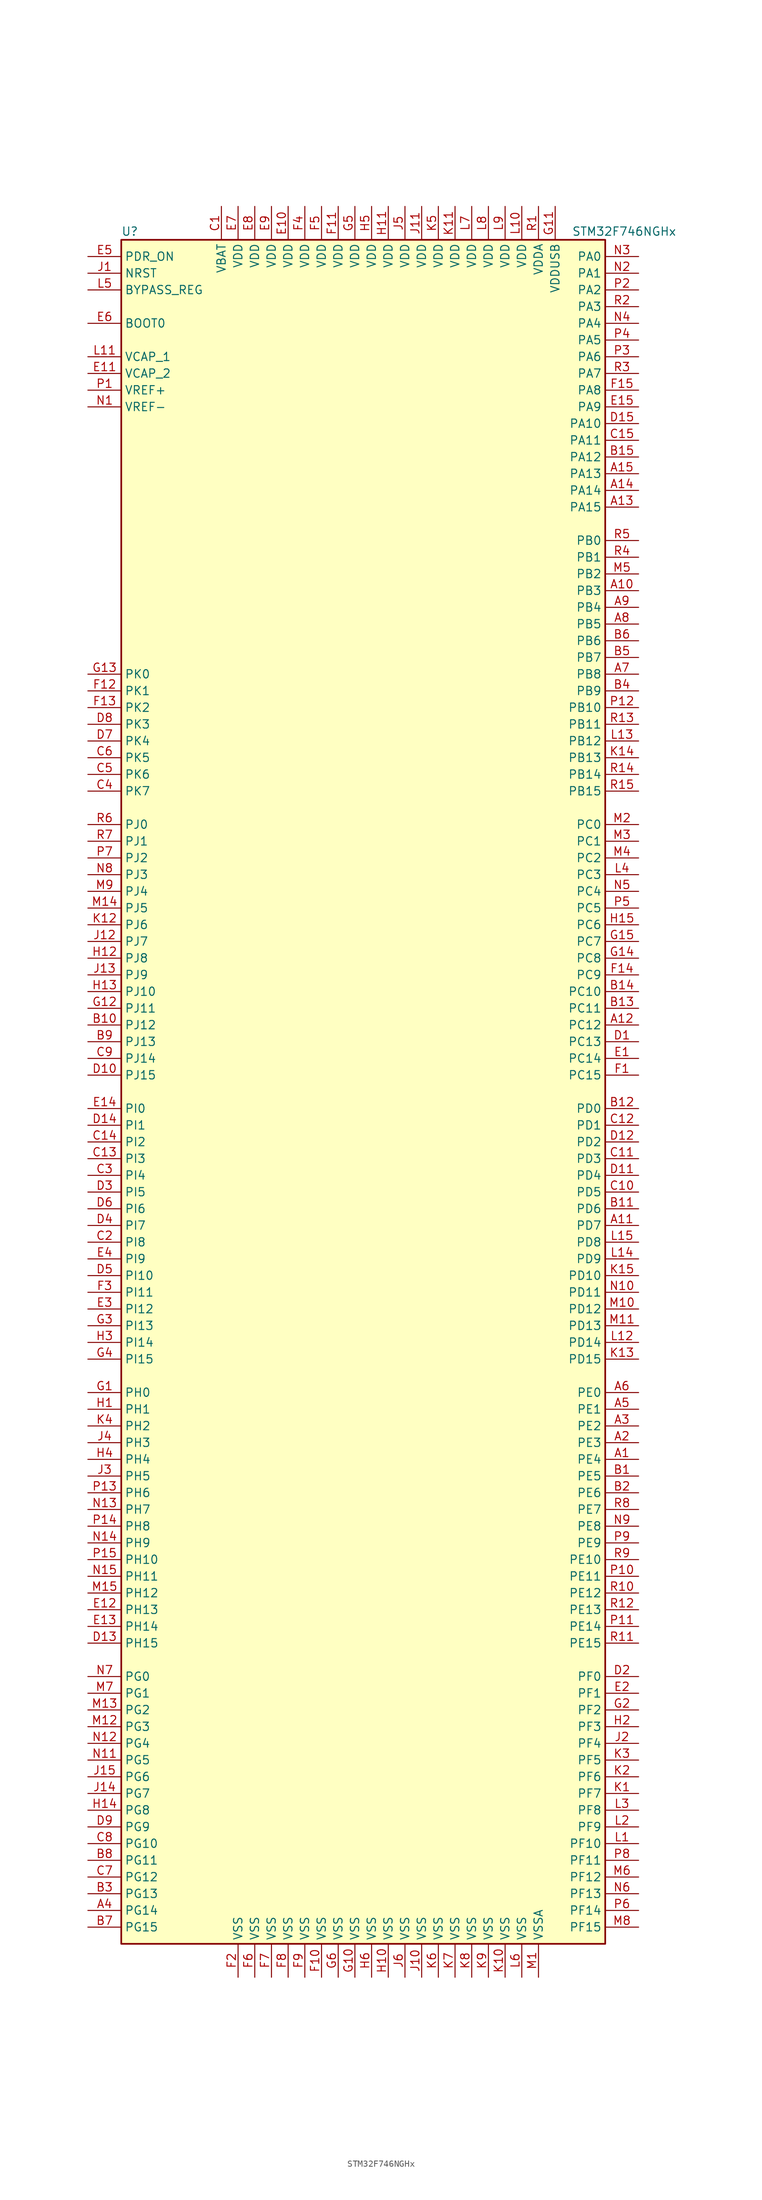
<source format=kicad_sym>
(kicad_symbol_lib
  (version 20201005)
  (generator kicad_symbol_editor)
  (symbol "STM32F746NGHx"
    (property "Reference" "U"
      (at -38.1 130.81 0)
      (effects (font (size 1.27 1.27)) (justify left)))
    (property "Value" "STM32F746NGHx"
      (at 30.48 130.81 0)
      (effects (font (size 1.27 1.27)) (justify left)))
    (symbol "STM32F746NGHx_0_1"
      (rectangle (start -38.1 -129.54) (end 35.56 129.54) (stroke (width 0.254)) (fill (type background))))
    (symbol "STM32F746NGHx_1_1"
      (pin input line (at -43.18 116.84 0) (length 5.08) (name "BOOT0" (effects (font (size 1.27 1.27)))) (number "E6" (effects (font (size 1.27 1.27)))))
      (pin input line (at -43.18 121.92 0) (length 5.08) (name "BYPASS_REG" (effects (font (size 1.27 1.27)))) (number "L5" (effects (font (size 1.27 1.27)))))
      (pin input line (at -43.18 124.46 0) (length 5.08) (name "NRST" (effects (font (size 1.27 1.27)))) (number "J1" (effects (font (size 1.27 1.27)))))
      (pin bidirectional line (at 40.64 127 180) (length 5.08) (name "PA0" (effects (font (size 1.27 1.27)))) (number "N3" (effects (font (size 1.27 1.27)))))
      (pin bidirectional line (at 40.64 124.46 180) (length 5.08) (name "PA1" (effects (font (size 1.27 1.27)))) (number "N2" (effects (font (size 1.27 1.27)))))
      (pin bidirectional line (at 40.64 101.6 180) (length 5.08) (name "PA10" (effects (font (size 1.27 1.27)))) (number "D15" (effects (font (size 1.27 1.27)))))
      (pin bidirectional line (at 40.64 99.06 180) (length 5.08) (name "PA11" (effects (font (size 1.27 1.27)))) (number "C15" (effects (font (size 1.27 1.27)))))
      (pin bidirectional line (at 40.64 96.52 180) (length 5.08) (name "PA12" (effects (font (size 1.27 1.27)))) (number "B15" (effects (font (size 1.27 1.27)))))
      (pin bidirectional line (at 40.64 93.98 180) (length 5.08) (name "PA13" (effects (font (size 1.27 1.27)))) (number "A15" (effects (font (size 1.27 1.27)))))
      (pin bidirectional line (at 40.64 91.44 180) (length 5.08) (name "PA14" (effects (font (size 1.27 1.27)))) (number "A14" (effects (font (size 1.27 1.27)))))
      (pin bidirectional line (at 40.64 88.9 180) (length 5.08) (name "PA15" (effects (font (size 1.27 1.27)))) (number "A13" (effects (font (size 1.27 1.27)))))
      (pin bidirectional line (at 40.64 121.92 180) (length 5.08) (name "PA2" (effects (font (size 1.27 1.27)))) (number "P2" (effects (font (size 1.27 1.27)))))
      (pin bidirectional line (at 40.64 119.38 180) (length 5.08) (name "PA3" (effects (font (size 1.27 1.27)))) (number "R2" (effects (font (size 1.27 1.27)))))
      (pin bidirectional line (at 40.64 116.84 180) (length 5.08) (name "PA4" (effects (font (size 1.27 1.27)))) (number "N4" (effects (font (size 1.27 1.27)))))
      (pin bidirectional line (at 40.64 114.3 180) (length 5.08) (name "PA5" (effects (font (size 1.27 1.27)))) (number "P4" (effects (font (size 1.27 1.27)))))
      (pin bidirectional line (at 40.64 111.76 180) (length 5.08) (name "PA6" (effects (font (size 1.27 1.27)))) (number "P3" (effects (font (size 1.27 1.27)))))
      (pin bidirectional line (at 40.64 109.22 180) (length 5.08) (name "PA7" (effects (font (size 1.27 1.27)))) (number "R3" (effects (font (size 1.27 1.27)))))
      (pin bidirectional line (at 40.64 106.68 180) (length 5.08) (name "PA8" (effects (font (size 1.27 1.27)))) (number "F15" (effects (font (size 1.27 1.27)))))
      (pin bidirectional line (at 40.64 104.14 180) (length 5.08) (name "PA9" (effects (font (size 1.27 1.27)))) (number "E15" (effects (font (size 1.27 1.27)))))
      (pin bidirectional line (at 40.64 83.82 180) (length 5.08) (name "PB0" (effects (font (size 1.27 1.27)))) (number "R5" (effects (font (size 1.27 1.27)))))
      (pin bidirectional line (at 40.64 81.28 180) (length 5.08) (name "PB1" (effects (font (size 1.27 1.27)))) (number "R4" (effects (font (size 1.27 1.27)))))
      (pin bidirectional line (at 40.64 58.42 180) (length 5.08) (name "PB10" (effects (font (size 1.27 1.27)))) (number "P12" (effects (font (size 1.27 1.27)))))
      (pin bidirectional line (at 40.64 55.88 180) (length 5.08) (name "PB11" (effects (font (size 1.27 1.27)))) (number "R13" (effects (font (size 1.27 1.27)))))
      (pin bidirectional line (at 40.64 53.34 180) (length 5.08) (name "PB12" (effects (font (size 1.27 1.27)))) (number "L13" (effects (font (size 1.27 1.27)))))
      (pin bidirectional line (at 40.64 50.8 180) (length 5.08) (name "PB13" (effects (font (size 1.27 1.27)))) (number "K14" (effects (font (size 1.27 1.27)))))
      (pin bidirectional line (at 40.64 48.26 180) (length 5.08) (name "PB14" (effects (font (size 1.27 1.27)))) (number "R14" (effects (font (size 1.27 1.27)))))
      (pin bidirectional line (at 40.64 45.72 180) (length 5.08) (name "PB15" (effects (font (size 1.27 1.27)))) (number "R15" (effects (font (size 1.27 1.27)))))
      (pin bidirectional line (at 40.64 78.74 180) (length 5.08) (name "PB2" (effects (font (size 1.27 1.27)))) (number "M5" (effects (font (size 1.27 1.27)))))
      (pin bidirectional line (at 40.64 76.2 180) (length 5.08) (name "PB3" (effects (font (size 1.27 1.27)))) (number "A10" (effects (font (size 1.27 1.27)))))
      (pin bidirectional line (at 40.64 73.66 180) (length 5.08) (name "PB4" (effects (font (size 1.27 1.27)))) (number "A9" (effects (font (size 1.27 1.27)))))
      (pin bidirectional line (at 40.64 71.12 180) (length 5.08) (name "PB5" (effects (font (size 1.27 1.27)))) (number "A8" (effects (font (size 1.27 1.27)))))
      (pin bidirectional line (at 40.64 68.58 180) (length 5.08) (name "PB6" (effects (font (size 1.27 1.27)))) (number "B6" (effects (font (size 1.27 1.27)))))
      (pin bidirectional line (at 40.64 66.04 180) (length 5.08) (name "PB7" (effects (font (size 1.27 1.27)))) (number "B5" (effects (font (size 1.27 1.27)))))
      (pin bidirectional line (at 40.64 63.5 180) (length 5.08) (name "PB8" (effects (font (size 1.27 1.27)))) (number "A7" (effects (font (size 1.27 1.27)))))
      (pin bidirectional line (at 40.64 60.96 180) (length 5.08) (name "PB9" (effects (font (size 1.27 1.27)))) (number "B4" (effects (font (size 1.27 1.27)))))
      (pin bidirectional line (at 40.64 40.64 180) (length 5.08) (name "PC0" (effects (font (size 1.27 1.27)))) (number "M2" (effects (font (size 1.27 1.27)))))
      (pin bidirectional line (at 40.64 38.1 180) (length 5.08) (name "PC1" (effects (font (size 1.27 1.27)))) (number "M3" (effects (font (size 1.27 1.27)))))
      (pin bidirectional line (at 40.64 15.24 180) (length 5.08) (name "PC10" (effects (font (size 1.27 1.27)))) (number "B14" (effects (font (size 1.27 1.27)))))
      (pin bidirectional line (at 40.64 12.7 180) (length 5.08) (name "PC11" (effects (font (size 1.27 1.27)))) (number "B13" (effects (font (size 1.27 1.27)))))
      (pin bidirectional line (at 40.64 10.16 180) (length 5.08) (name "PC12" (effects (font (size 1.27 1.27)))) (number "A12" (effects (font (size 1.27 1.27)))))
      (pin bidirectional line (at 40.64 7.62 180) (length 5.08) (name "PC13" (effects (font (size 1.27 1.27)))) (number "D1" (effects (font (size 1.27 1.27)))))
      (pin bidirectional line (at 40.64 5.08 180) (length 5.08) (name "PC14" (effects (font (size 1.27 1.27)))) (number "E1" (effects (font (size 1.27 1.27)))))
      (pin bidirectional line (at 40.64 2.54 180) (length 5.08) (name "PC15" (effects (font (size 1.27 1.27)))) (number "F1" (effects (font (size 1.27 1.27)))))
      (pin bidirectional line (at 40.64 35.56 180) (length 5.08) (name "PC2" (effects (font (size 1.27 1.27)))) (number "M4" (effects (font (size 1.27 1.27)))))
      (pin bidirectional line (at 40.64 33.02 180) (length 5.08) (name "PC3" (effects (font (size 1.27 1.27)))) (number "L4" (effects (font (size 1.27 1.27)))))
      (pin bidirectional line (at 40.64 30.48 180) (length 5.08) (name "PC4" (effects (font (size 1.27 1.27)))) (number "N5" (effects (font (size 1.27 1.27)))))
      (pin bidirectional line (at 40.64 27.94 180) (length 5.08) (name "PC5" (effects (font (size 1.27 1.27)))) (number "P5" (effects (font (size 1.27 1.27)))))
      (pin bidirectional line (at 40.64 25.4 180) (length 5.08) (name "PC6" (effects (font (size 1.27 1.27)))) (number "H15" (effects (font (size 1.27 1.27)))))
      (pin bidirectional line (at 40.64 22.86 180) (length 5.08) (name "PC7" (effects (font (size 1.27 1.27)))) (number "G15" (effects (font (size 1.27 1.27)))))
      (pin bidirectional line (at 40.64 20.32 180) (length 5.08) (name "PC8" (effects (font (size 1.27 1.27)))) (number "G14" (effects (font (size 1.27 1.27)))))
      (pin bidirectional line (at 40.64 17.78 180) (length 5.08) (name "PC9" (effects (font (size 1.27 1.27)))) (number "F14" (effects (font (size 1.27 1.27)))))
      (pin bidirectional line (at 40.64 -2.54 180) (length 5.08) (name "PD0" (effects (font (size 1.27 1.27)))) (number "B12" (effects (font (size 1.27 1.27)))))
      (pin bidirectional line (at 40.64 -5.08 180) (length 5.08) (name "PD1" (effects (font (size 1.27 1.27)))) (number "C12" (effects (font (size 1.27 1.27)))))
      (pin bidirectional line (at 40.64 -27.94 180) (length 5.08) (name "PD10" (effects (font (size 1.27 1.27)))) (number "K15" (effects (font (size 1.27 1.27)))))
      (pin bidirectional line (at 40.64 -30.48 180) (length 5.08) (name "PD11" (effects (font (size 1.27 1.27)))) (number "N10" (effects (font (size 1.27 1.27)))))
      (pin bidirectional line (at 40.64 -33.02 180) (length 5.08) (name "PD12" (effects (font (size 1.27 1.27)))) (number "M10" (effects (font (size 1.27 1.27)))))
      (pin bidirectional line (at 40.64 -35.56 180) (length 5.08) (name "PD13" (effects (font (size 1.27 1.27)))) (number "M11" (effects (font (size 1.27 1.27)))))
      (pin bidirectional line (at 40.64 -38.1 180) (length 5.08) (name "PD14" (effects (font (size 1.27 1.27)))) (number "L12" (effects (font (size 1.27 1.27)))))
      (pin bidirectional line (at 40.64 -40.64 180) (length 5.08) (name "PD15" (effects (font (size 1.27 1.27)))) (number "K13" (effects (font (size 1.27 1.27)))))
      (pin bidirectional line (at 40.64 -7.62 180) (length 5.08) (name "PD2" (effects (font (size 1.27 1.27)))) (number "D12" (effects (font (size 1.27 1.27)))))
      (pin bidirectional line (at 40.64 -10.16 180) (length 5.08) (name "PD3" (effects (font (size 1.27 1.27)))) (number "C11" (effects (font (size 1.27 1.27)))))
      (pin bidirectional line (at 40.64 -12.7 180) (length 5.08) (name "PD4" (effects (font (size 1.27 1.27)))) (number "D11" (effects (font (size 1.27 1.27)))))
      (pin bidirectional line (at 40.64 -15.24 180) (length 5.08) (name "PD5" (effects (font (size 1.27 1.27)))) (number "C10" (effects (font (size 1.27 1.27)))))
      (pin bidirectional line (at 40.64 -17.78 180) (length 5.08) (name "PD6" (effects (font (size 1.27 1.27)))) (number "B11" (effects (font (size 1.27 1.27)))))
      (pin bidirectional line (at 40.64 -20.32 180) (length 5.08) (name "PD7" (effects (font (size 1.27 1.27)))) (number "A11" (effects (font (size 1.27 1.27)))))
      (pin bidirectional line (at 40.64 -22.86 180) (length 5.08) (name "PD8" (effects (font (size 1.27 1.27)))) (number "L15" (effects (font (size 1.27 1.27)))))
      (pin bidirectional line (at 40.64 -25.4 180) (length 5.08) (name "PD9" (effects (font (size 1.27 1.27)))) (number "L14" (effects (font (size 1.27 1.27)))))
      (pin input line (at -43.18 127 0) (length 5.08) (name "PDR_ON" (effects (font (size 1.27 1.27)))) (number "E5" (effects (font (size 1.27 1.27)))))
      (pin bidirectional line (at 40.64 -45.72 180) (length 5.08) (name "PE0" (effects (font (size 1.27 1.27)))) (number "A6" (effects (font (size 1.27 1.27)))))
      (pin bidirectional line (at 40.64 -48.26 180) (length 5.08) (name "PE1" (effects (font (size 1.27 1.27)))) (number "A5" (effects (font (size 1.27 1.27)))))
      (pin bidirectional line (at 40.64 -71.12 180) (length 5.08) (name "PE10" (effects (font (size 1.27 1.27)))) (number "R9" (effects (font (size 1.27 1.27)))))
      (pin bidirectional line (at 40.64 -73.66 180) (length 5.08) (name "PE11" (effects (font (size 1.27 1.27)))) (number "P10" (effects (font (size 1.27 1.27)))))
      (pin bidirectional line (at 40.64 -76.2 180) (length 5.08) (name "PE12" (effects (font (size 1.27 1.27)))) (number "R10" (effects (font (size 1.27 1.27)))))
      (pin bidirectional line (at 40.64 -78.74 180) (length 5.08) (name "PE13" (effects (font (size 1.27 1.27)))) (number "R12" (effects (font (size 1.27 1.27)))))
      (pin bidirectional line (at 40.64 -81.28 180) (length 5.08) (name "PE14" (effects (font (size 1.27 1.27)))) (number "P11" (effects (font (size 1.27 1.27)))))
      (pin bidirectional line (at 40.64 -83.82 180) (length 5.08) (name "PE15" (effects (font (size 1.27 1.27)))) (number "R11" (effects (font (size 1.27 1.27)))))
      (pin bidirectional line (at 40.64 -50.8 180) (length 5.08) (name "PE2" (effects (font (size 1.27 1.27)))) (number "A3" (effects (font (size 1.27 1.27)))))
      (pin bidirectional line (at 40.64 -53.34 180) (length 5.08) (name "PE3" (effects (font (size 1.27 1.27)))) (number "A2" (effects (font (size 1.27 1.27)))))
      (pin bidirectional line (at 40.64 -55.88 180) (length 5.08) (name "PE4" (effects (font (size 1.27 1.27)))) (number "A1" (effects (font (size 1.27 1.27)))))
      (pin bidirectional line (at 40.64 -58.42 180) (length 5.08) (name "PE5" (effects (font (size 1.27 1.27)))) (number "B1" (effects (font (size 1.27 1.27)))))
      (pin bidirectional line (at 40.64 -60.96 180) (length 5.08) (name "PE6" (effects (font (size 1.27 1.27)))) (number "B2" (effects (font (size 1.27 1.27)))))
      (pin bidirectional line (at 40.64 -63.5 180) (length 5.08) (name "PE7" (effects (font (size 1.27 1.27)))) (number "R8" (effects (font (size 1.27 1.27)))))
      (pin bidirectional line (at 40.64 -66.04 180) (length 5.08) (name "PE8" (effects (font (size 1.27 1.27)))) (number "N9" (effects (font (size 1.27 1.27)))))
      (pin bidirectional line (at 40.64 -68.58 180) (length 5.08) (name "PE9" (effects (font (size 1.27 1.27)))) (number "P9" (effects (font (size 1.27 1.27)))))
      (pin bidirectional line (at 40.64 -88.9 180) (length 5.08) (name "PF0" (effects (font (size 1.27 1.27)))) (number "D2" (effects (font (size 1.27 1.27)))))
      (pin bidirectional line (at 40.64 -91.44 180) (length 5.08) (name "PF1" (effects (font (size 1.27 1.27)))) (number "E2" (effects (font (size 1.27 1.27)))))
      (pin bidirectional line (at 40.64 -114.3 180) (length 5.08) (name "PF10" (effects (font (size 1.27 1.27)))) (number "L1" (effects (font (size 1.27 1.27)))))
      (pin bidirectional line (at 40.64 -116.84 180) (length 5.08) (name "PF11" (effects (font (size 1.27 1.27)))) (number "P8" (effects (font (size 1.27 1.27)))))
      (pin bidirectional line (at 40.64 -119.38 180) (length 5.08) (name "PF12" (effects (font (size 1.27 1.27)))) (number "M6" (effects (font (size 1.27 1.27)))))
      (pin bidirectional line (at 40.64 -121.92 180) (length 5.08) (name "PF13" (effects (font (size 1.27 1.27)))) (number "N6" (effects (font (size 1.27 1.27)))))
      (pin bidirectional line (at 40.64 -124.46 180) (length 5.08) (name "PF14" (effects (font (size 1.27 1.27)))) (number "P6" (effects (font (size 1.27 1.27)))))
      (pin bidirectional line (at 40.64 -127 180) (length 5.08) (name "PF15" (effects (font (size 1.27 1.27)))) (number "M8" (effects (font (size 1.27 1.27)))))
      (pin bidirectional line (at 40.64 -93.98 180) (length 5.08) (name "PF2" (effects (font (size 1.27 1.27)))) (number "G2" (effects (font (size 1.27 1.27)))))
      (pin bidirectional line (at 40.64 -96.52 180) (length 5.08) (name "PF3" (effects (font (size 1.27 1.27)))) (number "H2" (effects (font (size 1.27 1.27)))))
      (pin bidirectional line (at 40.64 -99.06 180) (length 5.08) (name "PF4" (effects (font (size 1.27 1.27)))) (number "J2" (effects (font (size 1.27 1.27)))))
      (pin bidirectional line (at 40.64 -101.6 180) (length 5.08) (name "PF5" (effects (font (size 1.27 1.27)))) (number "K3" (effects (font (size 1.27 1.27)))))
      (pin bidirectional line (at 40.64 -104.14 180) (length 5.08) (name "PF6" (effects (font (size 1.27 1.27)))) (number "K2" (effects (font (size 1.27 1.27)))))
      (pin bidirectional line (at 40.64 -106.68 180) (length 5.08) (name "PF7" (effects (font (size 1.27 1.27)))) (number "K1" (effects (font (size 1.27 1.27)))))
      (pin bidirectional line (at 40.64 -109.22 180) (length 5.08) (name "PF8" (effects (font (size 1.27 1.27)))) (number "L3" (effects (font (size 1.27 1.27)))))
      (pin bidirectional line (at 40.64 -111.76 180) (length 5.08) (name "PF9" (effects (font (size 1.27 1.27)))) (number "L2" (effects (font (size 1.27 1.27)))))
      (pin bidirectional line (at -43.18 -88.9 0) (length 5.08) (name "PG0" (effects (font (size 1.27 1.27)))) (number "N7" (effects (font (size 1.27 1.27)))))
      (pin bidirectional line (at -43.18 -91.44 0) (length 5.08) (name "PG1" (effects (font (size 1.27 1.27)))) (number "M7" (effects (font (size 1.27 1.27)))))
      (pin bidirectional line (at -43.18 -114.3 0) (length 5.08) (name "PG10" (effects (font (size 1.27 1.27)))) (number "C8" (effects (font (size 1.27 1.27)))))
      (pin bidirectional line (at -43.18 -116.84 0) (length 5.08) (name "PG11" (effects (font (size 1.27 1.27)))) (number "B8" (effects (font (size 1.27 1.27)))))
      (pin bidirectional line (at -43.18 -119.38 0) (length 5.08) (name "PG12" (effects (font (size 1.27 1.27)))) (number "C7" (effects (font (size 1.27 1.27)))))
      (pin bidirectional line (at -43.18 -121.92 0) (length 5.08) (name "PG13" (effects (font (size 1.27 1.27)))) (number "B3" (effects (font (size 1.27 1.27)))))
      (pin bidirectional line (at -43.18 -124.46 0) (length 5.08) (name "PG14" (effects (font (size 1.27 1.27)))) (number "A4" (effects (font (size 1.27 1.27)))))
      (pin bidirectional line (at -43.18 -127 0) (length 5.08) (name "PG15" (effects (font (size 1.27 1.27)))) (number "B7" (effects (font (size 1.27 1.27)))))
      (pin bidirectional line (at -43.18 -93.98 0) (length 5.08) (name "PG2" (effects (font (size 1.27 1.27)))) (number "M13" (effects (font (size 1.27 1.27)))))
      (pin bidirectional line (at -43.18 -96.52 0) (length 5.08) (name "PG3" (effects (font (size 1.27 1.27)))) (number "M12" (effects (font (size 1.27 1.27)))))
      (pin bidirectional line (at -43.18 -99.06 0) (length 5.08) (name "PG4" (effects (font (size 1.27 1.27)))) (number "N12" (effects (font (size 1.27 1.27)))))
      (pin bidirectional line (at -43.18 -101.6 0) (length 5.08) (name "PG5" (effects (font (size 1.27 1.27)))) (number "N11" (effects (font (size 1.27 1.27)))))
      (pin bidirectional line (at -43.18 -104.14 0) (length 5.08) (name "PG6" (effects (font (size 1.27 1.27)))) (number "J15" (effects (font (size 1.27 1.27)))))
      (pin bidirectional line (at -43.18 -106.68 0) (length 5.08) (name "PG7" (effects (font (size 1.27 1.27)))) (number "J14" (effects (font (size 1.27 1.27)))))
      (pin bidirectional line (at -43.18 -109.22 0) (length 5.08) (name "PG8" (effects (font (size 1.27 1.27)))) (number "H14" (effects (font (size 1.27 1.27)))))
      (pin bidirectional line (at -43.18 -111.76 0) (length 5.08) (name "PG9" (effects (font (size 1.27 1.27)))) (number "D9" (effects (font (size 1.27 1.27)))))
      (pin input line (at -43.18 -45.72 0) (length 5.08) (name "PH0" (effects (font (size 1.27 1.27)))) (number "G1" (effects (font (size 1.27 1.27)))))
      (pin input line (at -43.18 -48.26 0) (length 5.08) (name "PH1" (effects (font (size 1.27 1.27)))) (number "H1" (effects (font (size 1.27 1.27)))))
      (pin bidirectional line (at -43.18 -71.12 0) (length 5.08) (name "PH10" (effects (font (size 1.27 1.27)))) (number "P15" (effects (font (size 1.27 1.27)))))
      (pin bidirectional line (at -43.18 -73.66 0) (length 5.08) (name "PH11" (effects (font (size 1.27 1.27)))) (number "N15" (effects (font (size 1.27 1.27)))))
      (pin bidirectional line (at -43.18 -76.2 0) (length 5.08) (name "PH12" (effects (font (size 1.27 1.27)))) (number "M15" (effects (font (size 1.27 1.27)))))
      (pin bidirectional line (at -43.18 -78.74 0) (length 5.08) (name "PH13" (effects (font (size 1.27 1.27)))) (number "E12" (effects (font (size 1.27 1.27)))))
      (pin bidirectional line (at -43.18 -81.28 0) (length 5.08) (name "PH14" (effects (font (size 1.27 1.27)))) (number "E13" (effects (font (size 1.27 1.27)))))
      (pin bidirectional line (at -43.18 -83.82 0) (length 5.08) (name "PH15" (effects (font (size 1.27 1.27)))) (number "D13" (effects (font (size 1.27 1.27)))))
      (pin bidirectional line (at -43.18 -50.8 0) (length 5.08) (name "PH2" (effects (font (size 1.27 1.27)))) (number "K4" (effects (font (size 1.27 1.27)))))
      (pin bidirectional line (at -43.18 -53.34 0) (length 5.08) (name "PH3" (effects (font (size 1.27 1.27)))) (number "J4" (effects (font (size 1.27 1.27)))))
      (pin bidirectional line (at -43.18 -55.88 0) (length 5.08) (name "PH4" (effects (font (size 1.27 1.27)))) (number "H4" (effects (font (size 1.27 1.27)))))
      (pin bidirectional line (at -43.18 -58.42 0) (length 5.08) (name "PH5" (effects (font (size 1.27 1.27)))) (number "J3" (effects (font (size 1.27 1.27)))))
      (pin bidirectional line (at -43.18 -60.96 0) (length 5.08) (name "PH6" (effects (font (size 1.27 1.27)))) (number "P13" (effects (font (size 1.27 1.27)))))
      (pin bidirectional line (at -43.18 -63.5 0) (length 5.08) (name "PH7" (effects (font (size 1.27 1.27)))) (number "N13" (effects (font (size 1.27 1.27)))))
      (pin bidirectional line (at -43.18 -66.04 0) (length 5.08) (name "PH8" (effects (font (size 1.27 1.27)))) (number "P14" (effects (font (size 1.27 1.27)))))
      (pin bidirectional line (at -43.18 -68.58 0) (length 5.08) (name "PH9" (effects (font (size 1.27 1.27)))) (number "N14" (effects (font (size 1.27 1.27)))))
      (pin bidirectional line (at -43.18 -2.54 0) (length 5.08) (name "PI0" (effects (font (size 1.27 1.27)))) (number "E14" (effects (font (size 1.27 1.27)))))
      (pin bidirectional line (at -43.18 -5.08 0) (length 5.08) (name "PI1" (effects (font (size 1.27 1.27)))) (number "D14" (effects (font (size 1.27 1.27)))))
      (pin bidirectional line (at -43.18 -27.94 0) (length 5.08) (name "PI10" (effects (font (size 1.27 1.27)))) (number "D5" (effects (font (size 1.27 1.27)))))
      (pin bidirectional line (at -43.18 -30.48 0) (length 5.08) (name "PI11" (effects (font (size 1.27 1.27)))) (number "F3" (effects (font (size 1.27 1.27)))))
      (pin bidirectional line (at -43.18 -33.02 0) (length 5.08) (name "PI12" (effects (font (size 1.27 1.27)))) (number "E3" (effects (font (size 1.27 1.27)))))
      (pin bidirectional line (at -43.18 -35.56 0) (length 5.08) (name "PI13" (effects (font (size 1.27 1.27)))) (number "G3" (effects (font (size 1.27 1.27)))))
      (pin bidirectional line (at -43.18 -38.1 0) (length 5.08) (name "PI14" (effects (font (size 1.27 1.27)))) (number "H3" (effects (font (size 1.27 1.27)))))
      (pin bidirectional line (at -43.18 -40.64 0) (length 5.08) (name "PI15" (effects (font (size 1.27 1.27)))) (number "G4" (effects (font (size 1.27 1.27)))))
      (pin bidirectional line (at -43.18 -7.62 0) (length 5.08) (name "PI2" (effects (font (size 1.27 1.27)))) (number "C14" (effects (font (size 1.27 1.27)))))
      (pin bidirectional line (at -43.18 -10.16 0) (length 5.08) (name "PI3" (effects (font (size 1.27 1.27)))) (number "C13" (effects (font (size 1.27 1.27)))))
      (pin bidirectional line (at -43.18 -12.7 0) (length 5.08) (name "PI4" (effects (font (size 1.27 1.27)))) (number "C3" (effects (font (size 1.27 1.27)))))
      (pin bidirectional line (at -43.18 -15.24 0) (length 5.08) (name "PI5" (effects (font (size 1.27 1.27)))) (number "D3" (effects (font (size 1.27 1.27)))))
      (pin bidirectional line (at -43.18 -17.78 0) (length 5.08) (name "PI6" (effects (font (size 1.27 1.27)))) (number "D6" (effects (font (size 1.27 1.27)))))
      (pin bidirectional line (at -43.18 -20.32 0) (length 5.08) (name "PI7" (effects (font (size 1.27 1.27)))) (number "D4" (effects (font (size 1.27 1.27)))))
      (pin bidirectional line (at -43.18 -22.86 0) (length 5.08) (name "PI8" (effects (font (size 1.27 1.27)))) (number "C2" (effects (font (size 1.27 1.27)))))
      (pin bidirectional line (at -43.18 -25.4 0) (length 5.08) (name "PI9" (effects (font (size 1.27 1.27)))) (number "E4" (effects (font (size 1.27 1.27)))))
      (pin bidirectional line (at -43.18 40.64 0) (length 5.08) (name "PJ0" (effects (font (size 1.27 1.27)))) (number "R6" (effects (font (size 1.27 1.27)))))
      (pin bidirectional line (at -43.18 38.1 0) (length 5.08) (name "PJ1" (effects (font (size 1.27 1.27)))) (number "R7" (effects (font (size 1.27 1.27)))))
      (pin bidirectional line (at -43.18 15.24 0) (length 5.08) (name "PJ10" (effects (font (size 1.27 1.27)))) (number "H13" (effects (font (size 1.27 1.27)))))
      (pin bidirectional line (at -43.18 12.7 0) (length 5.08) (name "PJ11" (effects (font (size 1.27 1.27)))) (number "G12" (effects (font (size 1.27 1.27)))))
      (pin bidirectional line (at -43.18 10.16 0) (length 5.08) (name "PJ12" (effects (font (size 1.27 1.27)))) (number "B10" (effects (font (size 1.27 1.27)))))
      (pin bidirectional line (at -43.18 7.62 0) (length 5.08) (name "PJ13" (effects (font (size 1.27 1.27)))) (number "B9" (effects (font (size 1.27 1.27)))))
      (pin bidirectional line (at -43.18 5.08 0) (length 5.08) (name "PJ14" (effects (font (size 1.27 1.27)))) (number "C9" (effects (font (size 1.27 1.27)))))
      (pin bidirectional line (at -43.18 2.54 0) (length 5.08) (name "PJ15" (effects (font (size 1.27 1.27)))) (number "D10" (effects (font (size 1.27 1.27)))))
      (pin bidirectional line (at -43.18 35.56 0) (length 5.08) (name "PJ2" (effects (font (size 1.27 1.27)))) (number "P7" (effects (font (size 1.27 1.27)))))
      (pin bidirectional line (at -43.18 33.02 0) (length 5.08) (name "PJ3" (effects (font (size 1.27 1.27)))) (number "N8" (effects (font (size 1.27 1.27)))))
      (pin bidirectional line (at -43.18 30.48 0) (length 5.08) (name "PJ4" (effects (font (size 1.27 1.27)))) (number "M9" (effects (font (size 1.27 1.27)))))
      (pin bidirectional line (at -43.18 27.94 0) (length 5.08) (name "PJ5" (effects (font (size 1.27 1.27)))) (number "M14" (effects (font (size 1.27 1.27)))))
      (pin bidirectional line (at -43.18 25.4 0) (length 5.08) (name "PJ6" (effects (font (size 1.27 1.27)))) (number "K12" (effects (font (size 1.27 1.27)))))
      (pin bidirectional line (at -43.18 22.86 0) (length 5.08) (name "PJ7" (effects (font (size 1.27 1.27)))) (number "J12" (effects (font (size 1.27 1.27)))))
      (pin bidirectional line (at -43.18 20.32 0) (length 5.08) (name "PJ8" (effects (font (size 1.27 1.27)))) (number "H12" (effects (font (size 1.27 1.27)))))
      (pin bidirectional line (at -43.18 17.78 0) (length 5.08) (name "PJ9" (effects (font (size 1.27 1.27)))) (number "J13" (effects (font (size 1.27 1.27)))))
      (pin bidirectional line (at -43.18 63.5 0) (length 5.08) (name "PK0" (effects (font (size 1.27 1.27)))) (number "G13" (effects (font (size 1.27 1.27)))))
      (pin bidirectional line (at -43.18 60.96 0) (length 5.08) (name "PK1" (effects (font (size 1.27 1.27)))) (number "F12" (effects (font (size 1.27 1.27)))))
      (pin bidirectional line (at -43.18 58.42 0) (length 5.08) (name "PK2" (effects (font (size 1.27 1.27)))) (number "F13" (effects (font (size 1.27 1.27)))))
      (pin bidirectional line (at -43.18 55.88 0) (length 5.08) (name "PK3" (effects (font (size 1.27 1.27)))) (number "D8" (effects (font (size 1.27 1.27)))))
      (pin bidirectional line (at -43.18 53.34 0) (length 5.08) (name "PK4" (effects (font (size 1.27 1.27)))) (number "D7" (effects (font (size 1.27 1.27)))))
      (pin bidirectional line (at -43.18 50.8 0) (length 5.08) (name "PK5" (effects (font (size 1.27 1.27)))) (number "C6" (effects (font (size 1.27 1.27)))))
      (pin bidirectional line (at -43.18 48.26 0) (length 5.08) (name "PK6" (effects (font (size 1.27 1.27)))) (number "C5" (effects (font (size 1.27 1.27)))))
      (pin bidirectional line (at -43.18 45.72 0) (length 5.08) (name "PK7" (effects (font (size 1.27 1.27)))) (number "C4" (effects (font (size 1.27 1.27)))))
      (pin power_in line (at -22.86 134.62 270) (length 5.08) (name "VBAT" (effects (font (size 1.27 1.27)))) (number "C1" (effects (font (size 1.27 1.27)))))
      (pin power_in line (at -43.18 111.76 0) (length 5.08) (name "VCAP_1" (effects (font (size 1.27 1.27)))) (number "L11" (effects (font (size 1.27 1.27)))))
      (pin power_in line (at -43.18 109.22 0) (length 5.08) (name "VCAP_2" (effects (font (size 1.27 1.27)))) (number "E11" (effects (font (size 1.27 1.27)))))
      (pin power_in line (at -12.7 134.62 270) (length 5.08) (name "VDD" (effects (font (size 1.27 1.27)))) (number "E10" (effects (font (size 1.27 1.27)))))
      (pin power_in line (at -20.32 134.62 270) (length 5.08) (name "VDD" (effects (font (size 1.27 1.27)))) (number "E7" (effects (font (size 1.27 1.27)))))
      (pin power_in line (at -17.78 134.62 270) (length 5.08) (name "VDD" (effects (font (size 1.27 1.27)))) (number "E8" (effects (font (size 1.27 1.27)))))
      (pin power_in line (at -15.24 134.62 270) (length 5.08) (name "VDD" (effects (font (size 1.27 1.27)))) (number "E9" (effects (font (size 1.27 1.27)))))
      (pin power_in line (at -5.08 134.62 270) (length 5.08) (name "VDD" (effects (font (size 1.27 1.27)))) (number "F11" (effects (font (size 1.27 1.27)))))
      (pin power_in line (at -10.16 134.62 270) (length 5.08) (name "VDD" (effects (font (size 1.27 1.27)))) (number "F4" (effects (font (size 1.27 1.27)))))
      (pin power_in line (at -7.62 134.62 270) (length 5.08) (name "VDD" (effects (font (size 1.27 1.27)))) (number "F5" (effects (font (size 1.27 1.27)))))
      (pin power_in line (at -2.54 134.62 270) (length 5.08) (name "VDD" (effects (font (size 1.27 1.27)))) (number "G5" (effects (font (size 1.27 1.27)))))
      (pin power_in line (at 2.54 134.62 270) (length 5.08) (name "VDD" (effects (font (size 1.27 1.27)))) (number "H11" (effects (font (size 1.27 1.27)))))
      (pin power_in line (at 0 134.62 270) (length 5.08) (name "VDD" (effects (font (size 1.27 1.27)))) (number "H5" (effects (font (size 1.27 1.27)))))
      (pin power_in line (at 7.62 134.62 270) (length 5.08) (name "VDD" (effects (font (size 1.27 1.27)))) (number "J11" (effects (font (size 1.27 1.27)))))
      (pin power_in line (at 5.08 134.62 270) (length 5.08) (name "VDD" (effects (font (size 1.27 1.27)))) (number "J5" (effects (font (size 1.27 1.27)))))
      (pin power_in line (at 12.7 134.62 270) (length 5.08) (name "VDD" (effects (font (size 1.27 1.27)))) (number "K11" (effects (font (size 1.27 1.27)))))
      (pin power_in line (at 10.16 134.62 270) (length 5.08) (name "VDD" (effects (font (size 1.27 1.27)))) (number "K5" (effects (font (size 1.27 1.27)))))
      (pin power_in line (at 22.86 134.62 270) (length 5.08) (name "VDD" (effects (font (size 1.27 1.27)))) (number "L10" (effects (font (size 1.27 1.27)))))
      (pin power_in line (at 15.24 134.62 270) (length 5.08) (name "VDD" (effects (font (size 1.27 1.27)))) (number "L7" (effects (font (size 1.27 1.27)))))
      (pin power_in line (at 17.78 134.62 270) (length 5.08) (name "VDD" (effects (font (size 1.27 1.27)))) (number "L8" (effects (font (size 1.27 1.27)))))
      (pin power_in line (at 20.32 134.62 270) (length 5.08) (name "VDD" (effects (font (size 1.27 1.27)))) (number "L9" (effects (font (size 1.27 1.27)))))
      (pin power_in line (at 25.4 134.62 270) (length 5.08) (name "VDDA" (effects (font (size 1.27 1.27)))) (number "R1" (effects (font (size 1.27 1.27)))))
      (pin power_in line (at 27.94 134.62 270) (length 5.08) (name "VDDUSB" (effects (font (size 1.27 1.27)))) (number "G11" (effects (font (size 1.27 1.27)))))
      (pin power_in line (at -43.18 106.68 0) (length 5.08) (name "VREF+" (effects (font (size 1.27 1.27)))) (number "P1" (effects (font (size 1.27 1.27)))))
      (pin power_in line (at -43.18 104.14 0) (length 5.08) (name "VREF-" (effects (font (size 1.27 1.27)))) (number "N1" (effects (font (size 1.27 1.27)))))
      (pin power_in line (at -7.62 -134.62 90) (length 5.08) (name "VSS" (effects (font (size 1.27 1.27)))) (number "F10" (effects (font (size 1.27 1.27)))))
      (pin power_in line (at -20.32 -134.62 90) (length 5.08) (name "VSS" (effects (font (size 1.27 1.27)))) (number "F2" (effects (font (size 1.27 1.27)))))
      (pin power_in line (at -17.78 -134.62 90) (length 5.08) (name "VSS" (effects (font (size 1.27 1.27)))) (number "F6" (effects (font (size 1.27 1.27)))))
      (pin power_in line (at -15.24 -134.62 90) (length 5.08) (name "VSS" (effects (font (size 1.27 1.27)))) (number "F7" (effects (font (size 1.27 1.27)))))
      (pin power_in line (at -12.7 -134.62 90) (length 5.08) (name "VSS" (effects (font (size 1.27 1.27)))) (number "F8" (effects (font (size 1.27 1.27)))))
      (pin power_in line (at -10.16 -134.62 90) (length 5.08) (name "VSS" (effects (font (size 1.27 1.27)))) (number "F9" (effects (font (size 1.27 1.27)))))
      (pin power_in line (at -2.54 -134.62 90) (length 5.08) (name "VSS" (effects (font (size 1.27 1.27)))) (number "G10" (effects (font (size 1.27 1.27)))))
      (pin power_in line (at -5.08 -134.62 90) (length 5.08) (name "VSS" (effects (font (size 1.27 1.27)))) (number "G6" (effects (font (size 1.27 1.27)))))
      (pin power_in line (at 2.54 -134.62 90) (length 5.08) (name "VSS" (effects (font (size 1.27 1.27)))) (number "H10" (effects (font (size 1.27 1.27)))))
      (pin power_in line (at 0 -134.62 90) (length 5.08) (name "VSS" (effects (font (size 1.27 1.27)))) (number "H6" (effects (font (size 1.27 1.27)))))
      (pin power_in line (at 7.62 -134.62 90) (length 5.08) (name "VSS" (effects (font (size 1.27 1.27)))) (number "J10" (effects (font (size 1.27 1.27)))))
      (pin power_in line (at 5.08 -134.62 90) (length 5.08) (name "VSS" (effects (font (size 1.27 1.27)))) (number "J6" (effects (font (size 1.27 1.27)))))
      (pin power_in line (at 20.32 -134.62 90) (length 5.08) (name "VSS" (effects (font (size 1.27 1.27)))) (number "K10" (effects (font (size 1.27 1.27)))))
      (pin power_in line (at 10.16 -134.62 90) (length 5.08) (name "VSS" (effects (font (size 1.27 1.27)))) (number "K6" (effects (font (size 1.27 1.27)))))
      (pin power_in line (at 12.7 -134.62 90) (length 5.08) (name "VSS" (effects (font (size 1.27 1.27)))) (number "K7" (effects (font (size 1.27 1.27)))))
      (pin power_in line (at 15.24 -134.62 90) (length 5.08) (name "VSS" (effects (font (size 1.27 1.27)))) (number "K8" (effects (font (size 1.27 1.27)))))
      (pin power_in line (at 17.78 -134.62 90) (length 5.08) (name "VSS" (effects (font (size 1.27 1.27)))) (number "K9" (effects (font (size 1.27 1.27)))))
      (pin power_in line (at 22.86 -134.62 90) (length 5.08) (name "VSS" (effects (font (size 1.27 1.27)))) (number "L6" (effects (font (size 1.27 1.27)))))
      (pin power_in line (at 25.4 -134.62 90) (length 5.08) (name "VSSA" (effects (font (size 1.27 1.27)))) (number "M1" (effects (font (size 1.27 1.27))))))))
</source>
